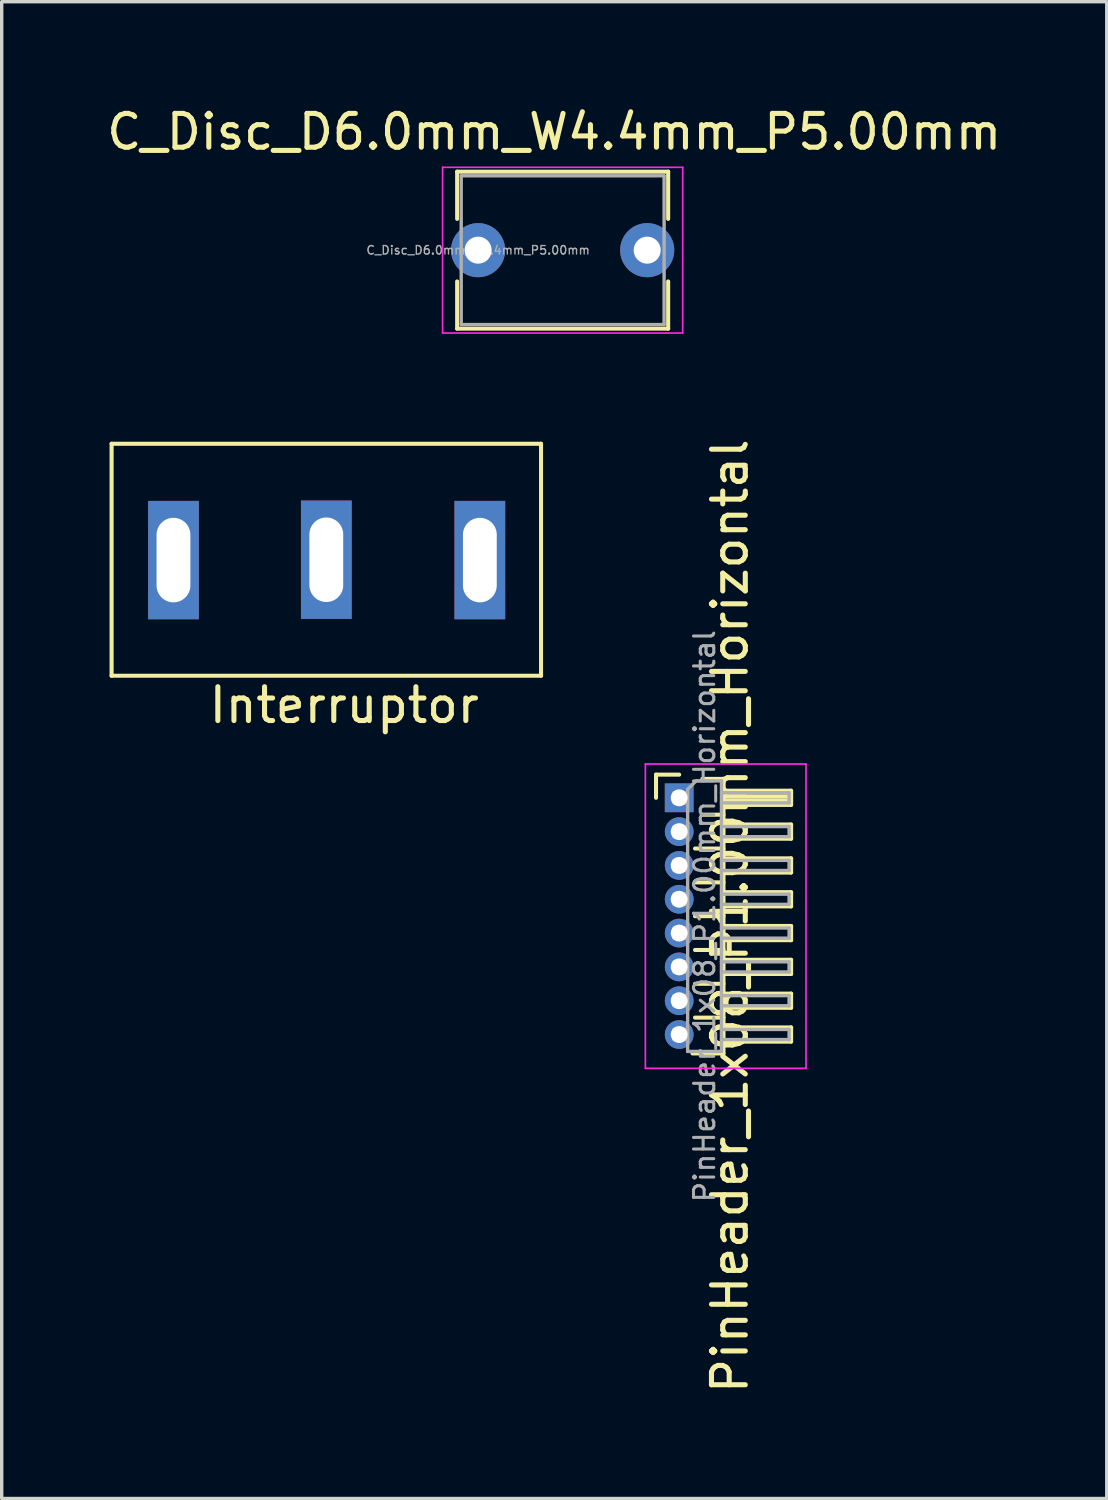
<source format=kicad_pcb>
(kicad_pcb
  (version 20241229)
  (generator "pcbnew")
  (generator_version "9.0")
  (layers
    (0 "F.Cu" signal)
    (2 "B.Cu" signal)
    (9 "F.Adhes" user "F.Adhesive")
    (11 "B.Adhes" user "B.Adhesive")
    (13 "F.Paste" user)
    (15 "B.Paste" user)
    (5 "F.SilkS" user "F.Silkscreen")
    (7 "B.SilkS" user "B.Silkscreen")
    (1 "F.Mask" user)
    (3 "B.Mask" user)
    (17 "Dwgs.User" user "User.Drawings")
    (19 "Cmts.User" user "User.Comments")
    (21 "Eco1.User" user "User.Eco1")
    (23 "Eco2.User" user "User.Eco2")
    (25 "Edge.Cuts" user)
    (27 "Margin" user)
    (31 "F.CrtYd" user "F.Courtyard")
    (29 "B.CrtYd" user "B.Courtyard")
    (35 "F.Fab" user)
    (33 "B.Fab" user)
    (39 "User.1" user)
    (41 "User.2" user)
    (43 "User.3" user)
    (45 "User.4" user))
  (footprint "Interruptor"
    (layer "F.Cu")
    (at 0.25 10.073)
    (property "Reference" "Interruptor" (at 6.88 7.73 0) (layer "F.SilkS") (effects (font (size 1 1) (thickness 0.15))))
    (attr through_hole)
    (fp_line (start 0 0) (end 12.7 0) (stroke (width 0.12) (type solid)) (layer "F.SilkS"))
    (fp_line (start 0 6.86) (end 0 0) (stroke (width 0.12) (type solid)) (layer "F.SilkS"))
    (fp_line (start 12.7 0) (end 12.7 6.86) (stroke (width 0.12) (type solid)) (layer "F.SilkS"))
    (fp_line (start 12.7 6.86) (end 0 6.86) (stroke (width 0.12) (type solid)) (layer "F.SilkS"))
    (pad "1" thru_hole rect (at 1.83 3.44 90) (size 3.5 1.5) (drill oval 2.5 1) (layers "*.Cu" "*.Mask"))
    (pad "2" thru_hole rect (at 6.35 3.43 90) (size 3.5 1.5) (drill oval 2.5 1) (layers "*.Cu" "*.Mask"))
    (pad "3" thru_hole rect (at 10.89 3.44 90) (size 3.5 1.5) (drill oval 2.5 1) (layers "*.Cu" "*.Mask")))
  (footprint "C_Disc_D6.0mm_W4.4mm_P5.00mm"
    (layer "F.Cu")
    (at 11.089 4.348)
    (property "Reference" "C_Disc_D6.0mm_W4.4mm_P5.00mm" (at 2.25 -3.5 0) (layer "F.SilkS") (effects (font (size 1 1) (thickness 0.15))))
    (attr through_hole)
    (fp_line (start -0.62 -2.321) (end -0.62 -0.925) (stroke (width 0.12) (type solid)) (layer "F.SilkS"))
    (fp_line (start -0.62 -2.321) (end 5.62 -2.321) (stroke (width 0.12) (type solid)) (layer "F.SilkS"))
    (fp_line (start -0.62 0.925) (end -0.62 2.321) (stroke (width 0.12) (type solid)) (layer "F.SilkS"))
    (fp_line (start -0.62 2.321) (end 5.62 2.321) (stroke (width 0.12) (type solid)) (layer "F.SilkS"))
    (fp_line (start 5.62 -2.321) (end 5.62 -0.925) (stroke (width 0.12) (type solid)) (layer "F.SilkS"))
    (fp_line (start 5.62 0.925) (end 5.62 2.321) (stroke (width 0.12) (type solid)) (layer "F.SilkS"))
    (fp_line (start -1.05 -2.45) (end -1.05 2.45) (stroke (width 0.05) (type solid)) (layer "F.CrtYd"))
    (fp_line (start -1.05 2.45) (end 6.05 2.45) (stroke (width 0.05) (type solid)) (layer "F.CrtYd"))
    (fp_line (start 6.05 -2.45) (end -1.05 -2.45) (stroke (width 0.05) (type solid)) (layer "F.CrtYd"))
    (fp_line (start 6.05 2.45) (end 6.05 -2.45) (stroke (width 0.05) (type solid)) (layer "F.CrtYd"))
    (fp_line (start -0.5 -2.2) (end -0.5 2.2) (stroke (width 0.1) (type solid)) (layer "F.Fab"))
    (fp_line (start -0.5 2.2) (end 5.5 2.2) (stroke (width 0.1) (type solid)) (layer "F.Fab"))
    (fp_line (start 5.5 -2.2) (end -0.5 -2.2) (stroke (width 0.1) (type solid)) (layer "F.Fab"))
    (fp_line (start 5.5 2.2) (end 5.5 -2.2) (stroke (width 0.1) (type solid)) (layer "F.Fab"))
    (fp_text user "${REFERENCE}" (at 0 0 0) (layer "F.Fab") (effects (font (size 0.25 0.25) (thickness 0.04))))
    (pad "1" thru_hole circle (at 0 0) (size 1.6 1.6) (drill 0.8) (layers "*.Cu" "*.Mask"))
    (pad "2" thru_hole circle (at 5 0) (size 1.6 1.6) (drill 0.8) (layers "*.Cu" "*.Mask")))
  (footprint "PinHeader_1x08_P1.00mm_Horizontal"
    (layer "F.Cu")
    (at 17.035 20.543)
    (property "Reference" "PinHeader_1x08_P1.00mm_Horizontal" (at 1.5 3.5 90) (layer "F.SilkS") (effects (font (size 1 1) (thickness 0.15))))
    (attr through_hole)
    (fp_line (start -0.685 -0.685) (end 0 -0.685) (stroke (width 0.12) (type solid)) (layer "F.SilkS"))
    (fp_line (start -0.685 0) (end -0.685 -0.685) (stroke (width 0.12) (type solid)) (layer "F.SilkS"))
    (fp_line (start 0.468 1.5) (end 1.31 1.5) (stroke (width 0.12) (type solid)) (layer "F.SilkS"))
    (fp_line (start 0.468 2.5) (end 1.31 2.5) (stroke (width 0.12) (type solid)) (layer "F.SilkS"))
    (fp_line (start 0.468 3.5) (end 1.31 3.5) (stroke (width 0.12) (type solid)) (layer "F.SilkS"))
    (fp_line (start 0.468 4.5) (end 1.31 4.5) (stroke (width 0.12) (type solid)) (layer "F.SilkS"))
    (fp_line (start 0.468 5.5) (end 1.31 5.5) (stroke (width 0.12) (type solid)) (layer "F.SilkS"))
    (fp_line (start 0.468 6.5) (end 1.31 6.5) (stroke (width 0.12) (type solid)) (layer "F.SilkS"))
    (fp_line (start 0.685 -0.56) (end 1.31 -0.56) (stroke (width 0.12) (type solid)) (layer "F.SilkS"))
    (fp_line (start 0.685 0.5) (end 1.31 0.5) (stroke (width 0.12) (type solid)) (layer "F.SilkS"))
    (fp_line (start 1.31 -0.56) (end 1.31 7.56) (stroke (width 0.12) (type solid)) (layer "F.SilkS"))
    (fp_line (start 1.31 -0.21) (end 3.31 -0.21) (stroke (width 0.12) (type solid)) (layer "F.SilkS"))
    (fp_line (start 1.31 -0.15) (end 3.31 -0.15) (stroke (width 0.12) (type solid)) (layer "F.SilkS"))
    (fp_line (start 1.31 -0.03) (end 3.31 -0.03) (stroke (width 0.12) (type solid)) (layer "F.SilkS"))
    (fp_line (start 1.31 0.09) (end 3.31 0.09) (stroke (width 0.12) (type solid)) (layer "F.SilkS"))
    (fp_line (start 1.31 0.79) (end 3.31 0.79) (stroke (width 0.12) (type solid)) (layer "F.SilkS"))
    (fp_line (start 1.31 1.79) (end 3.31 1.79) (stroke (width 0.12) (type solid)) (layer "F.SilkS"))
    (fp_line (start 1.31 2.79) (end 3.31 2.79) (stroke (width 0.12) (type solid)) (layer "F.SilkS"))
    (fp_line (start 1.31 3.79) (end 3.31 3.79) (stroke (width 0.12) (type solid)) (layer "F.SilkS"))
    (fp_line (start 1.31 4.79) (end 3.31 4.79) (stroke (width 0.12) (type solid)) (layer "F.SilkS"))
    (fp_line (start 1.31 5.79) (end 3.31 5.79) (stroke (width 0.12) (type solid)) (layer "F.SilkS"))
    (fp_line (start 1.31 6.79) (end 3.31 6.79) (stroke (width 0.12) (type solid)) (layer "F.SilkS"))
    (fp_line (start 1.31 7.56) (end 0.394 7.56) (stroke (width 0.12) (type solid)) (layer "F.SilkS"))
    (fp_line (start 3.31 -0.21) (end 3.31 0.21) (stroke (width 0.12) (type solid)) (layer "F.SilkS"))
    (fp_line (start 3.31 0.21) (end 1.31 0.21) (stroke (width 0.12) (type solid)) (layer "F.SilkS"))
    (fp_line (start 3.31 0.79) (end 3.31 1.21) (stroke (width 0.12) (type solid)) (layer "F.SilkS"))
    (fp_line (start 3.31 1.21) (end 1.31 1.21) (stroke (width 0.12) (type solid)) (layer "F.SilkS"))
    (fp_line (start 3.31 1.79) (end 3.31 2.21) (stroke (width 0.12) (type solid)) (layer "F.SilkS"))
    (fp_line (start 3.31 2.21) (end 1.31 2.21) (stroke (width 0.12) (type solid)) (layer "F.SilkS"))
    (fp_line (start 3.31 2.79) (end 3.31 3.21) (stroke (width 0.12) (type solid)) (layer "F.SilkS"))
    (fp_line (start 3.31 3.21) (end 1.31 3.21) (stroke (width 0.12) (type solid)) (layer "F.SilkS"))
    (fp_line (start 3.31 3.79) (end 3.31 4.21) (stroke (width 0.12) (type solid)) (layer "F.SilkS"))
    (fp_line (start 3.31 4.21) (end 1.31 4.21) (stroke (width 0.12) (type solid)) (layer "F.SilkS"))
    (fp_line (start 3.31 4.79) (end 3.31 5.21) (stroke (width 0.12) (type solid)) (layer "F.SilkS"))
    (fp_line (start 3.31 5.21) (end 1.31 5.21) (stroke (width 0.12) (type solid)) (layer "F.SilkS"))
    (fp_line (start 3.31 5.79) (end 3.31 6.21) (stroke (width 0.12) (type solid)) (layer "F.SilkS"))
    (fp_line (start 3.31 6.21) (end 1.31 6.21) (stroke (width 0.12) (type solid)) (layer "F.SilkS"))
    (fp_line (start 3.31 6.79) (end 3.31 7.21) (stroke (width 0.12) (type solid)) (layer "F.SilkS"))
    (fp_line (start 3.31 7.21) (end 1.31 7.21) (stroke (width 0.12) (type solid)) (layer "F.SilkS"))
    (fp_line (start -1 -1) (end -1 8) (stroke (width 0.05) (type solid)) (layer "F.CrtYd"))
    (fp_line (start -1 8) (end 3.75 8) (stroke (width 0.05) (type solid)) (layer "F.CrtYd"))
    (fp_line (start 3.75 -1) (end -1 -1) (stroke (width 0.05) (type solid)) (layer "F.CrtYd"))
    (fp_line (start 3.75 8) (end 3.75 -1) (stroke (width 0.05) (type solid)) (layer "F.CrtYd"))
    (fp_line (start -0.15 -0.15) (end -0.15 0.15) (stroke (width 0.1) (type solid)) (layer "F.Fab"))
    (fp_line (start -0.15 -0.15) (end 0.25 -0.15) (stroke (width 0.1) (type solid)) (layer "F.Fab"))
    (fp_line (start -0.15 0.15) (end 0.25 0.15) (stroke (width 0.1) (type solid)) (layer "F.Fab"))
    (fp_line (start -0.15 0.85) (end -0.15 1.15) (stroke (width 0.1) (type solid)) (layer "F.Fab"))
    (fp_line (start -0.15 0.85) (end 0.25 0.85) (stroke (width 0.1) (type solid)) (layer "F.Fab"))
    (fp_line (start -0.15 1.15) (end 0.25 1.15) (stroke (width 0.1) (type solid)) (layer "F.Fab"))
    (fp_line (start -0.15 1.85) (end -0.15 2.15) (stroke (width 0.1) (type solid)) (layer "F.Fab"))
    (fp_line (start -0.15 1.85) (end 0.25 1.85) (stroke (width 0.1) (type solid)) (layer "F.Fab"))
    (fp_line (start -0.15 2.15) (end 0.25 2.15) (stroke (width 0.1) (type solid)) (layer "F.Fab"))
    (fp_line (start -0.15 2.85) (end -0.15 3.15) (stroke (width 0.1) (type solid)) (layer "F.Fab"))
    (fp_line (start -0.15 2.85) (end 0.25 2.85) (stroke (width 0.1) (type solid)) (layer "F.Fab"))
    (fp_line (start -0.15 3.15) (end 0.25 3.15) (stroke (width 0.1) (type solid)) (layer "F.Fab"))
    (fp_line (start -0.15 3.85) (end -0.15 4.15) (stroke (width 0.1) (type solid)) (layer "F.Fab"))
    (fp_line (start -0.15 3.85) (end 0.25 3.85) (stroke (width 0.1) (type solid)) (layer "F.Fab"))
    (fp_line (start -0.15 4.15) (end 0.25 4.15) (stroke (width 0.1) (type solid)) (layer "F.Fab"))
    (fp_line (start -0.15 4.85) (end -0.15 5.15) (stroke (width 0.1) (type solid)) (layer "F.Fab"))
    (fp_line (start -0.15 4.85) (end 0.25 4.85) (stroke (width 0.1) (type solid)) (layer "F.Fab"))
    (fp_line (start -0.15 5.15) (end 0.25 5.15) (stroke (width 0.1) (type solid)) (layer "F.Fab"))
    (fp_line (start -0.15 5.85) (end -0.15 6.15) (stroke (width 0.1) (type solid)) (layer "F.Fab"))
    (fp_line (start -0.15 5.85) (end 0.25 5.85) (stroke (width 0.1) (type solid)) (layer "F.Fab"))
    (fp_line (start -0.15 6.15) (end 0.25 6.15) (stroke (width 0.1) (type solid)) (layer "F.Fab"))
    (fp_line (start -0.15 6.85) (end -0.15 7.15) (stroke (width 0.1) (type solid)) (layer "F.Fab"))
    (fp_line (start -0.15 6.85) (end 0.25 6.85) (stroke (width 0.1) (type solid)) (layer "F.Fab"))
    (fp_line (start -0.15 7.15) (end 0.25 7.15) (stroke (width 0.1) (type solid)) (layer "F.Fab"))
    (fp_line (start 0.25 -0.25) (end 0.5 -0.5) (stroke (width 0.1) (type solid)) (layer "F.Fab"))
    (fp_line (start 0.25 7.5) (end 0.25 -0.25) (stroke (width 0.1) (type solid)) (layer "F.Fab"))
    (fp_line (start 0.5 -0.5) (end 1.25 -0.5) (stroke (width 0.1) (type solid)) (layer "F.Fab"))
    (fp_line (start 1.25 -0.5) (end 1.25 7.5) (stroke (width 0.1) (type solid)) (layer "F.Fab"))
    (fp_line (start 1.25 -0.15) (end 3.25 -0.15) (stroke (width 0.1) (type solid)) (layer "F.Fab"))
    (fp_line (start 1.25 0.15) (end 3.25 0.15) (stroke (width 0.1) (type solid)) (layer "F.Fab"))
    (fp_line (start 1.25 0.85) (end 3.25 0.85) (stroke (width 0.1) (type solid)) (layer "F.Fab"))
    (fp_line (start 1.25 1.15) (end 3.25 1.15) (stroke (width 0.1) (type solid)) (layer "F.Fab"))
    (fp_line (start 1.25 1.85) (end 3.25 1.85) (stroke (width 0.1) (type solid)) (layer "F.Fab"))
    (fp_line (start 1.25 2.15) (end 3.25 2.15) (stroke (width 0.1) (type solid)) (layer "F.Fab"))
    (fp_line (start 1.25 2.85) (end 3.25 2.85) (stroke (width 0.1) (type solid)) (layer "F.Fab"))
    (fp_line (start 1.25 3.15) (end 3.25 3.15) (stroke (width 0.1) (type solid)) (layer "F.Fab"))
    (fp_line (start 1.25 3.85) (end 3.25 3.85) (stroke (width 0.1) (type solid)) (layer "F.Fab"))
    (fp_line (start 1.25 4.15) (end 3.25 4.15) (stroke (width 0.1) (type solid)) (layer "F.Fab"))
    (fp_line (start 1.25 4.85) (end 3.25 4.85) (stroke (width 0.1) (type solid)) (layer "F.Fab"))
    (fp_line (start 1.25 5.15) (end 3.25 5.15) (stroke (width 0.1) (type solid)) (layer "F.Fab"))
    (fp_line (start 1.25 5.85) (end 3.25 5.85) (stroke (width 0.1) (type solid)) (layer "F.Fab"))
    (fp_line (start 1.25 6.15) (end 3.25 6.15) (stroke (width 0.1) (type solid)) (layer "F.Fab"))
    (fp_line (start 1.25 6.85) (end 3.25 6.85) (stroke (width 0.1) (type solid)) (layer "F.Fab"))
    (fp_line (start 1.25 7.15) (end 3.25 7.15) (stroke (width 0.1) (type solid)) (layer "F.Fab"))
    (fp_line (start 1.25 7.5) (end 0.25 7.5) (stroke (width 0.1) (type solid)) (layer "F.Fab"))
    (fp_line (start 3.25 -0.15) (end 3.25 0.15) (stroke (width 0.1) (type solid)) (layer "F.Fab"))
    (fp_line (start 3.25 0.85) (end 3.25 1.15) (stroke (width 0.1) (type solid)) (layer "F.Fab"))
    (fp_line (start 3.25 1.85) (end 3.25 2.15) (stroke (width 0.1) (type solid)) (layer "F.Fab"))
    (fp_line (start 3.25 2.85) (end 3.25 3.15) (stroke (width 0.1) (type solid)) (layer "F.Fab"))
    (fp_line (start 3.25 3.85) (end 3.25 4.15) (stroke (width 0.1) (type solid)) (layer "F.Fab"))
    (fp_line (start 3.25 4.85) (end 3.25 5.15) (stroke (width 0.1) (type solid)) (layer "F.Fab"))
    (fp_line (start 3.25 5.85) (end 3.25 6.15) (stroke (width 0.1) (type solid)) (layer "F.Fab"))
    (fp_line (start 3.25 6.85) (end 3.25 7.15) (stroke (width 0.1) (type solid)) (layer "F.Fab"))
    (fp_text user "${REFERENCE}" (at 0.75 3.5 270) (layer "F.Fab") (effects (font (size 0.6 0.6) (thickness 0.09))))
    (pad "1" thru_hole rect (at 0 0) (size 0.85 0.85) (drill 0.5) (layers "*.Cu" "*.Mask"))
    (pad "2" thru_hole oval (at 0 1) (size 0.85 0.85) (drill 0.5) (layers "*.Cu" "*.Mask"))
    (pad "3" thru_hole oval (at 0 2) (size 0.85 0.85) (drill 0.5) (layers "*.Cu" "*.Mask"))
    (pad "4" thru_hole oval (at 0 3) (size 0.85 0.85) (drill 0.5) (layers "*.Cu" "*.Mask"))
    (pad "5" thru_hole oval (at 0 4) (size 0.85 0.85) (drill 0.5) (layers "*.Cu" "*.Mask"))
    (pad "6" thru_hole oval (at 0 5) (size 0.85 0.85) (drill 0.5) (layers "*.Cu" "*.Mask"))
    (pad "7" thru_hole oval (at 0 6) (size 0.85 0.85) (drill 0.5) (layers "*.Cu" "*.Mask"))
    (pad "8" thru_hole oval (at 0 7) (size 0.85 0.85) (drill 0.5) (layers "*.Cu" "*.Mask")))
  (gr_rect
    (start -3 -3)
    (end 29.679 41.264)
    (stroke (width 0.1) (type default))
    (fill no)
    (layer "Edge.Cuts")))
</source>
